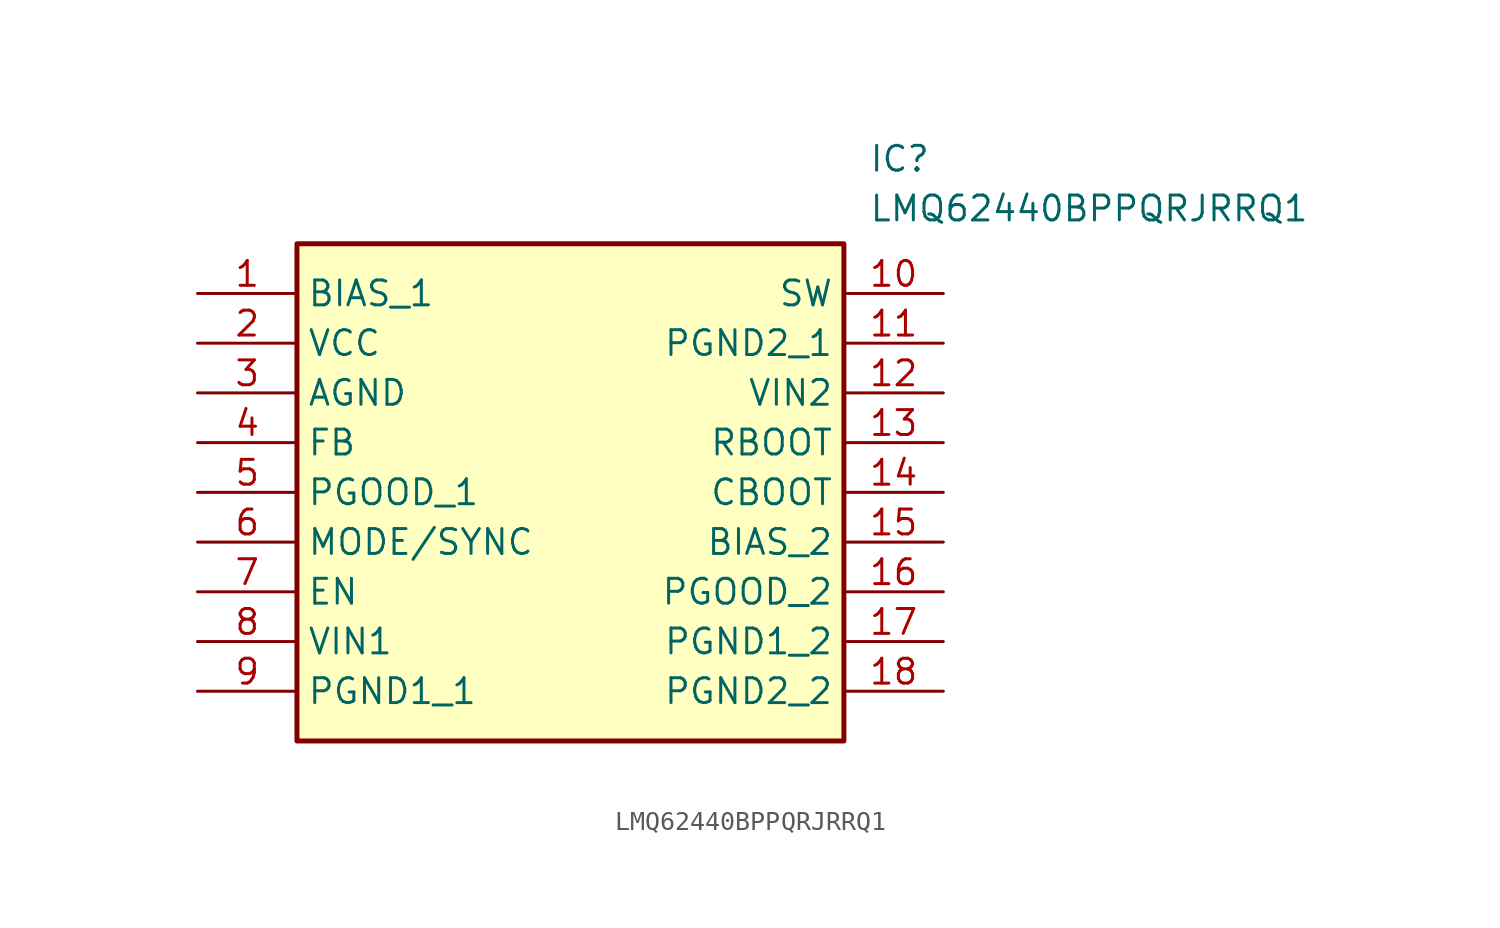
<source format=kicad_sym>
(kicad_symbol_lib
  (version 20211014)
  (generator SamacSys_ECAD_Model)
  (symbol "LMQ62440BPPQRJRRQ1"
    (property "Reference" "IC"
      (at 34.29 7.62 0)
      (effects (font (size 1.27 1.27)) (justify left top)))
    (property "Value" "LMQ62440BPPQRJRRQ1"
      (at 34.29 5.08 0)
      (effects (font (size 1.27 1.27)) (justify left top)))
    (rectangle
      (start 5.08 2.54)
      (end 33.02 -22.86)
      (stroke (width 0.254) (type default))
      (fill (type background)))
    (pin passive line
      (at 0 0 0)
      (length 5.08)
      (name "BIAS_1" (effects (font (size 1.27 1.27))))
      (number "1" (effects (font (size 1.27 1.27)))))
    (pin passive line
      (at 0 -2.54 0)
      (length 5.08)
      (name "VCC" (effects (font (size 1.27 1.27))))
      (number "2" (effects (font (size 1.27 1.27)))))
    (pin passive line
      (at 0 -5.08 0)
      (length 5.08)
      (name "AGND" (effects (font (size 1.27 1.27))))
      (number "3" (effects (font (size 1.27 1.27)))))
    (pin passive line
      (at 0 -7.62 0)
      (length 5.08)
      (name "FB" (effects (font (size 1.27 1.27))))
      (number "4" (effects (font (size 1.27 1.27)))))
    (pin passive line
      (at 0 -10.16 0)
      (length 5.08)
      (name "PGOOD_1" (effects (font (size 1.27 1.27))))
      (number "5" (effects (font (size 1.27 1.27)))))
    (pin passive line
      (at 0 -12.7 0)
      (length 5.08)
      (name "MODE/SYNC" (effects (font (size 1.27 1.27))))
      (number "6" (effects (font (size 1.27 1.27)))))
    (pin passive line
      (at 0 -15.24 0)
      (length 5.08)
      (name "EN" (effects (font (size 1.27 1.27))))
      (number "7" (effects (font (size 1.27 1.27)))))
    (pin passive line
      (at 0 -17.78 0)
      (length 5.08)
      (name "VIN1" (effects (font (size 1.27 1.27))))
      (number "8" (effects (font (size 1.27 1.27)))))
    (pin passive line
      (at 0 -20.32 0)
      (length 5.08)
      (name "PGND1_1" (effects (font (size 1.27 1.27))))
      (number "9" (effects (font (size 1.27 1.27)))))
    (pin passive line
      (at 38.1 0 180)
      (length 5.08)
      (name "SW" (effects (font (size 1.27 1.27))))
      (number "10" (effects (font (size 1.27 1.27)))))
    (pin passive line
      (at 38.1 -2.54 180)
      (length 5.08)
      (name "PGND2_1" (effects (font (size 1.27 1.27))))
      (number "11" (effects (font (size 1.27 1.27)))))
    (pin passive line
      (at 38.1 -5.08 180)
      (length 5.08)
      (name "VIN2" (effects (font (size 1.27 1.27))))
      (number "12" (effects (font (size 1.27 1.27)))))
    (pin passive line
      (at 38.1 -7.62 180)
      (length 5.08)
      (name "RBOOT" (effects (font (size 1.27 1.27))))
      (number "13" (effects (font (size 1.27 1.27)))))
    (pin passive line
      (at 38.1 -10.16 180)
      (length 5.08)
      (name "CBOOT" (effects (font (size 1.27 1.27))))
      (number "14" (effects (font (size 1.27 1.27)))))
    (pin passive line
      (at 38.1 -12.7 180)
      (length 5.08)
      (name "BIAS_2" (effects (font (size 1.27 1.27))))
      (number "15" (effects (font (size 1.27 1.27)))))
    (pin passive line
      (at 38.1 -15.24 180)
      (length 5.08)
      (name "PGOOD_2" (effects (font (size 1.27 1.27))))
      (number "16" (effects (font (size 1.27 1.27)))))
    (pin passive line
      (at 38.1 -17.78 180)
      (length 5.08)
      (name "PGND1_2" (effects (font (size 1.27 1.27))))
      (number "17" (effects (font (size 1.27 1.27)))))
    (pin passive line
      (at 38.1 -20.32 180)
      (length 5.08)
      (name "PGND2_2" (effects (font (size 1.27 1.27))))
      (number "18" (effects (font (size 1.27 1.27)))))))
</source>
